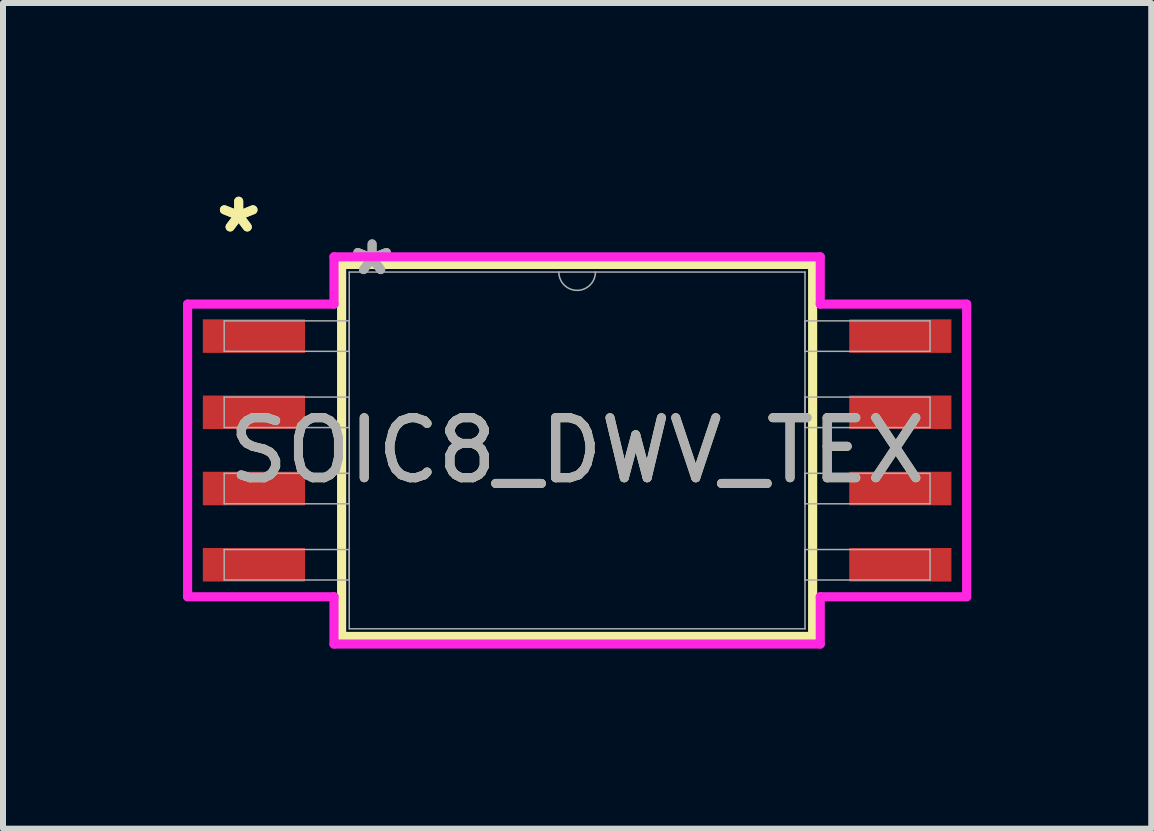
<source format=kicad_pcb>
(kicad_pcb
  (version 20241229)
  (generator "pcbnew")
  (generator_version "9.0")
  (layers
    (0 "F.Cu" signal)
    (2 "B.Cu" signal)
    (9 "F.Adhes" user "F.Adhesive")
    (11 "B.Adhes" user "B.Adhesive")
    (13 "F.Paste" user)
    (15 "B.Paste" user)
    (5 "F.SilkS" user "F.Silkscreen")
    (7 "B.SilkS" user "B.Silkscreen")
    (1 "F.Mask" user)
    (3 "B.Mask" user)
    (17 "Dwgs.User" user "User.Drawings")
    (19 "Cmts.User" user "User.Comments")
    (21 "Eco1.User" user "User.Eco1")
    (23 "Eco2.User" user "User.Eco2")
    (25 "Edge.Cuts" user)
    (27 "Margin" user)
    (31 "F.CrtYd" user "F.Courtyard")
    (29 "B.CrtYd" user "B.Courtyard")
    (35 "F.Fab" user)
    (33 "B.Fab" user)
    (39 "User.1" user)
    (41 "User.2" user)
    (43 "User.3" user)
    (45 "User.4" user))
  (footprint "SOIC8_DWV_TEX"
    (layer "F.Cu")
    (at 6.566 4.455)
    (property "Reference" "SOIC8_DWV_TEX" (at 0 0 0) (unlocked yes) (layer "F.SilkS") (effects (font (size 1 1) (thickness 0.15))))
    (attr smd)
    (fp_line (start -3.924 -3.099) (end -3.924 3.099) (stroke (width 0.152) (type solid)) (layer "F.SilkS"))
    (fp_line (start -3.924 3.099) (end 3.924 3.099) (stroke (width 0.152) (type solid)) (layer "F.SilkS"))
    (fp_line (start 3.924 -3.099) (end -3.924 -3.099) (stroke (width 0.152) (type solid)) (layer "F.SilkS"))
    (fp_line (start 3.924 3.099) (end 3.924 -3.099) (stroke (width 0.152) (type solid)) (layer "F.SilkS"))
    (fp_line (start -6.49 -2.438) (end -4.051 -2.438) (stroke (width 0.152) (type solid)) (layer "F.CrtYd"))
    (fp_line (start -6.49 2.438) (end -6.49 -2.438) (stroke (width 0.152) (type solid)) (layer "F.CrtYd"))
    (fp_line (start -6.49 2.438) (end -4.051 2.438) (stroke (width 0.152) (type solid)) (layer "F.CrtYd"))
    (fp_line (start -4.051 -3.226) (end 4.051 -3.226) (stroke (width 0.152) (type solid)) (layer "F.CrtYd"))
    (fp_line (start -4.051 -2.438) (end -4.051 -3.226) (stroke (width 0.152) (type solid)) (layer "F.CrtYd"))
    (fp_line (start -4.051 3.226) (end -4.051 2.438) (stroke (width 0.152) (type solid)) (layer "F.CrtYd"))
    (fp_line (start 4.051 -3.226) (end 4.051 -2.438) (stroke (width 0.152) (type solid)) (layer "F.CrtYd"))
    (fp_line (start 4.051 2.438) (end 4.051 3.226) (stroke (width 0.152) (type solid)) (layer "F.CrtYd"))
    (fp_line (start 4.051 3.226) (end -4.051 3.226) (stroke (width 0.152) (type solid)) (layer "F.CrtYd"))
    (fp_line (start 6.49 -2.438) (end 4.051 -2.438) (stroke (width 0.152) (type solid)) (layer "F.CrtYd"))
    (fp_line (start 6.49 -2.438) (end 6.49 2.438) (stroke (width 0.152) (type solid)) (layer "F.CrtYd"))
    (fp_line (start 6.49 2.438) (end 4.051 2.438) (stroke (width 0.152) (type solid)) (layer "F.CrtYd"))
    (fp_line (start -5.88 -2.159) (end -5.88 -1.651) (stroke (width 0.025) (type solid)) (layer "F.Fab"))
    (fp_line (start -5.88 -1.651) (end -3.797 -1.651) (stroke (width 0.025) (type solid)) (layer "F.Fab"))
    (fp_line (start -5.88 -0.889) (end -5.88 -0.381) (stroke (width 0.025) (type solid)) (layer "F.Fab"))
    (fp_line (start -5.88 -0.381) (end -3.797 -0.381) (stroke (width 0.025) (type solid)) (layer "F.Fab"))
    (fp_line (start -5.88 0.381) (end -5.88 0.889) (stroke (width 0.025) (type solid)) (layer "F.Fab"))
    (fp_line (start -5.88 0.889) (end -3.797 0.889) (stroke (width 0.025) (type solid)) (layer "F.Fab"))
    (fp_line (start -5.88 1.651) (end -5.88 2.159) (stroke (width 0.025) (type solid)) (layer "F.Fab"))
    (fp_line (start -5.88 2.159) (end -3.797 2.159) (stroke (width 0.025) (type solid)) (layer "F.Fab"))
    (fp_line (start -3.797 -2.972) (end -3.797 2.972) (stroke (width 0.025) (type solid)) (layer "F.Fab"))
    (fp_line (start -3.797 -2.159) (end -5.88 -2.159) (stroke (width 0.025) (type solid)) (layer "F.Fab"))
    (fp_line (start -3.797 -1.651) (end -3.797 -2.159) (stroke (width 0.025) (type solid)) (layer "F.Fab"))
    (fp_line (start -3.797 -0.889) (end -5.88 -0.889) (stroke (width 0.025) (type solid)) (layer "F.Fab"))
    (fp_line (start -3.797 -0.381) (end -3.797 -0.889) (stroke (width 0.025) (type solid)) (layer "F.Fab"))
    (fp_line (start -3.797 0.381) (end -5.88 0.381) (stroke (width 0.025) (type solid)) (layer "F.Fab"))
    (fp_line (start -3.797 0.889) (end -3.797 0.381) (stroke (width 0.025) (type solid)) (layer "F.Fab"))
    (fp_line (start -3.797 1.651) (end -5.88 1.651) (stroke (width 0.025) (type solid)) (layer "F.Fab"))
    (fp_line (start -3.797 2.159) (end -3.797 1.651) (stroke (width 0.025) (type solid)) (layer "F.Fab"))
    (fp_line (start -3.797 2.972) (end 3.797 2.972) (stroke (width 0.025) (type solid)) (layer "F.Fab"))
    (fp_line (start 3.797 -2.972) (end -3.797 -2.972) (stroke (width 0.025) (type solid)) (layer "F.Fab"))
    (fp_line (start 3.797 -2.159) (end 3.797 -1.651) (stroke (width 0.025) (type solid)) (layer "F.Fab"))
    (fp_line (start 3.797 -1.651) (end 5.88 -1.651) (stroke (width 0.025) (type solid)) (layer "F.Fab"))
    (fp_line (start 3.797 -0.889) (end 3.797 -0.381) (stroke (width 0.025) (type solid)) (layer "F.Fab"))
    (fp_line (start 3.797 -0.381) (end 5.88 -0.381) (stroke (width 0.025) (type solid)) (layer "F.Fab"))
    (fp_line (start 3.797 0.381) (end 3.797 0.889) (stroke (width 0.025) (type solid)) (layer "F.Fab"))
    (fp_line (start 3.797 0.889) (end 5.88 0.889) (stroke (width 0.025) (type solid)) (layer "F.Fab"))
    (fp_line (start 3.797 1.651) (end 3.797 2.159) (stroke (width 0.025) (type solid)) (layer "F.Fab"))
    (fp_line (start 3.797 2.159) (end 5.88 2.159) (stroke (width 0.025) (type solid)) (layer "F.Fab"))
    (fp_line (start 3.797 2.972) (end 3.797 -2.972) (stroke (width 0.025) (type solid)) (layer "F.Fab"))
    (fp_line (start 5.88 -2.159) (end 3.797 -2.159) (stroke (width 0.025) (type solid)) (layer "F.Fab"))
    (fp_line (start 5.88 -1.651) (end 5.88 -2.159) (stroke (width 0.025) (type solid)) (layer "F.Fab"))
    (fp_line (start 5.88 -0.889) (end 3.797 -0.889) (stroke (width 0.025) (type solid)) (layer "F.Fab"))
    (fp_line (start 5.88 -0.381) (end 5.88 -0.889) (stroke (width 0.025) (type solid)) (layer "F.Fab"))
    (fp_line (start 5.88 0.381) (end 3.797 0.381) (stroke (width 0.025) (type solid)) (layer "F.Fab"))
    (fp_line (start 5.88 0.889) (end 5.88 0.381) (stroke (width 0.025) (type solid)) (layer "F.Fab"))
    (fp_line (start 5.88 1.651) (end 3.797 1.651) (stroke (width 0.025) (type solid)) (layer "F.Fab"))
    (fp_line (start 5.88 2.159) (end 5.88 1.651) (stroke (width 0.025) (type solid)) (layer "F.Fab"))
    (fp_arc (start 0.3048 -2.9718) (mid 0 -2.667) (end -0.3048 -2.9718) (stroke (width 0.0254) (type solid)) (layer "F.Fab"))
    (fp_text user "*" (at -5.639 -3.607 0) (layer "F.SilkS") (effects (font (size 1 1) (thickness 0.15))))
    (fp_text user "*" (at -5.639 -3.607 0) (unlocked yes) (layer "F.SilkS") (effects (font (size 1 1) (thickness 0.15))))
    (fp_text user "*" (at -3.416 -2.896 0) (layer "F.Fab") (effects (font (size 1 1) (thickness 0.15))))
    (fp_text user "${REFERENCE}" (at 0 0 0) (unlocked yes) (layer "F.Fab") (effects (font (size 1 1) (thickness 0.15))))
    (fp_text user "*" (at -3.416 -2.896 0) (unlocked yes) (layer "F.Fab") (effects (font (size 1 1) (thickness 0.15))))
    (pad "1" smd rect (at -5.385 -1.905) (size 1.702 0.559) (layers "F.Cu" "F.Mask" "F.Paste"))
    (pad "2" smd rect (at -5.385 -0.635) (size 1.702 0.559) (layers "F.Cu" "F.Mask" "F.Paste"))
    (pad "3" smd rect (at -5.385 0.635) (size 1.702 0.559) (layers "F.Cu" "F.Mask" "F.Paste"))
    (pad "4" smd rect (at -5.385 1.905) (size 1.702 0.559) (layers "F.Cu" "F.Mask" "F.Paste"))
    (pad "5" smd rect (at 5.385 1.905) (size 1.702 0.559) (layers "F.Cu" "F.Mask" "F.Paste"))
    (pad "6" smd rect (at 5.385 0.635) (size 1.702 0.559) (layers "F.Cu" "F.Mask" "F.Paste"))
    (pad "7" smd rect (at 5.385 -0.635) (size 1.702 0.559) (layers "F.Cu" "F.Mask" "F.Paste"))
    (pad "8" smd rect (at 5.385 -1.905) (size 1.702 0.559) (layers "F.Cu" "F.Mask" "F.Paste")))
  (gr_rect
    (start -3 -3)
    (end 16.132 10.757)
    (stroke (width 0.1) (type default))
    (fill no)
    (layer "Edge.Cuts")))
</source>
